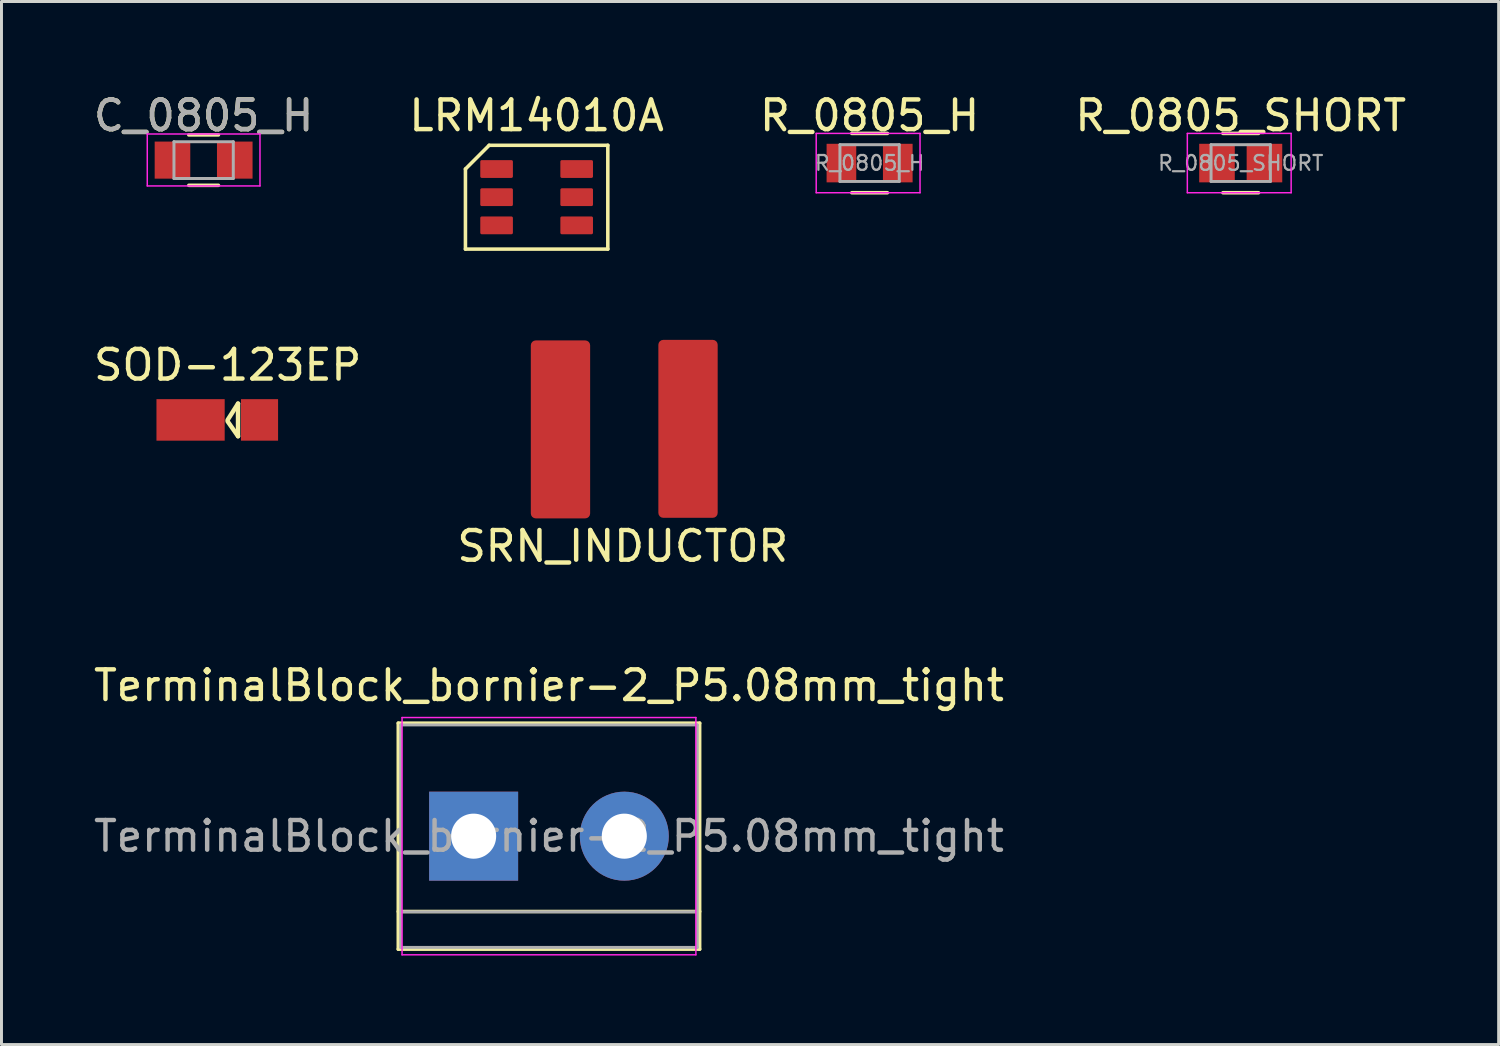
<source format=kicad_pcb>
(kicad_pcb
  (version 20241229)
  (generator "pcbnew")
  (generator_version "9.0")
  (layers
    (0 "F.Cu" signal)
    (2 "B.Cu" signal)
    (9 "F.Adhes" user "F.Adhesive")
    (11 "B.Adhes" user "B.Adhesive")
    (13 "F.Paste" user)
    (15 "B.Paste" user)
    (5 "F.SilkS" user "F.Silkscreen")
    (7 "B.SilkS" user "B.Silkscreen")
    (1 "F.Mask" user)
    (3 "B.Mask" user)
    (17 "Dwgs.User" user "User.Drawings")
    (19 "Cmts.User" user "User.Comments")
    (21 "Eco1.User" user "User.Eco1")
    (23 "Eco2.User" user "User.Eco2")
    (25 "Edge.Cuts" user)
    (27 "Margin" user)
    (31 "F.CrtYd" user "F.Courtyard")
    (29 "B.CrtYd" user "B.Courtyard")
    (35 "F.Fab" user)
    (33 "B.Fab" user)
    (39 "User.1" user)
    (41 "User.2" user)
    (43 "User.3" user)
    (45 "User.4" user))
  (footprint "LRM14010A"
    (layer "F.Cu")
    (at 15.55 3.598)
    (property "Reference" "LRM14010A" (at -0.508 -2.75 0) (layer "F.SilkS") (effects (font (size 1 1) (thickness 0.15))))
    (attr smd)
    (fp_line (start -2.908 -0.95) (end -2.108 -1.75) (stroke (width 0.12) (type solid)) (layer "F.SilkS"))
    (fp_line (start -2.908 1.75) (end -2.908 -0.95) (stroke (width 0.12) (type solid)) (layer "F.SilkS"))
    (fp_line (start -2.108 -1.75) (end 1.892 -1.75) (stroke (width 0.12) (type solid)) (layer "F.SilkS"))
    (fp_line (start 1.892 -1.75) (end 1.892 1.75) (stroke (width 0.12) (type solid)) (layer "F.SilkS"))
    (fp_line (start 1.892 1.75) (end -2.908 1.75) (stroke (width 0.12) (type solid)) (layer "F.SilkS"))
    (pad "1" smd roundrect (at -1.858 -0.95 270) (size 0.6 1.1) (layers "F.Cu" "F.Mask" "F.Paste") (roundrect_rratio 0.083))
    (pad "2" smd roundrect (at -1.858 0 270) (size 0.6 1.1) (layers "F.Cu" "F.Mask" "F.Paste") (roundrect_rratio 0.083))
    (pad "3" smd roundrect (at -1.858 0.95 270) (size 0.6 1.1) (layers "F.Cu" "F.Mask" "F.Paste") (roundrect_rratio 0.083))
    (pad "4" smd roundrect (at 0.842 0.95 270) (size 0.6 1.1) (layers "F.Cu" "F.Mask" "F.Paste") (roundrect_rratio 0.083))
    (pad "5" smd roundrect (at 0.842 0 270) (size 0.6 1.1) (layers "F.Cu" "F.Mask" "F.Paste") (roundrect_rratio 0.083))
    (pad "6" smd roundrect (at 0.842 -0.95 270) (size 0.6 1.1) (layers "F.Cu" "F.Mask" "F.Paste") (roundrect_rratio 0.083)))
  (footprint "R_0805_H"
    (layer "F.Cu")
    (at 26.268 2.448)
    (property "Reference" "R_0805_H" (at 0 -1.6 0) (layer "F.SilkS") (effects (font (size 1 1) (thickness 0.15))))
    (attr smd)
    (fp_line (start -0.6 -1) (end 0.6 -1) (stroke (width 0.12) (type solid)) (layer "F.SilkS"))
    (fp_line (start 0.6 1) (end -0.6 1) (stroke (width 0.12) (type solid)) (layer "F.SilkS"))
    (fp_line (start -1.8 -1) (end -1.8 1) (stroke (width 0.05) (type solid)) (layer "F.CrtYd"))
    (fp_line (start -1.8 -1) (end 1.7 -1) (stroke (width 0.05) (type solid)) (layer "F.CrtYd"))
    (fp_line (start 1.7 1) (end -1.8 1) (stroke (width 0.05) (type solid)) (layer "F.CrtYd"))
    (fp_line (start 1.7 1) (end 1.7 -1) (stroke (width 0.05) (type solid)) (layer "F.CrtYd"))
    (fp_line (start -1 -0.62) (end 1 -0.62) (stroke (width 0.1) (type solid)) (layer "F.Fab"))
    (fp_line (start -1 0.62) (end -1 -0.62) (stroke (width 0.1) (type solid)) (layer "F.Fab"))
    (fp_line (start 1 -0.62) (end 1 0.62) (stroke (width 0.1) (type solid)) (layer "F.Fab"))
    (fp_line (start 1 0.62) (end -1 0.62) (stroke (width 0.1) (type solid)) (layer "F.Fab"))
    (fp_text user "${REFERENCE}" (at 0 0 0) (layer "F.Fab") (effects (font (size 0.5 0.5) (thickness 0.075))))
    (pad "1" smd rect (at -0.95 0) (size 1 1.3) (layers "F.Cu" "F.Mask" "F.Paste"))
    (pad "2" smd rect (at 0.95 0) (size 1 1.3) (layers "F.Cu" "F.Mask" "F.Paste")))
  (footprint "SOD-123EP"
    (layer "F.Cu")
    (at 4.525 11.107)
    (property "Reference" "SOD-123EP" (at 0.1 -1.85 0) (layer "F.SilkS") (effects (font (size 1 1) (thickness 0.15))))
    (attr through_hole)
    (fp_line (start 0.1 0) (end 0.45 -0.55) (stroke (width 0.15) (type solid)) (layer "F.SilkS"))
    (fp_line (start 0.45 -0.55) (end 0.45 0.55) (stroke (width 0.15) (type solid)) (layer "F.SilkS"))
    (fp_line (start 0.45 0.55) (end 0.1 0.05) (stroke (width 0.15) (type solid)) (layer "F.SilkS"))
    (pad "1" smd rect (at -1.15 0) (size 2.3 1.4) (layers "F.Cu" "F.Mask" "F.Paste"))
    (pad "2" smd rect (at 1.175 0) (size 1.25 1.4) (layers "F.Cu" "F.Mask" "F.Paste")))
  (footprint "R_0805_SHORT"
    (layer "F.Cu")
    (at 38.78 2.448)
    (property "Reference" "R_0805_SHORT" (at 0 -1.6 0) (layer "F.SilkS") (effects (font (size 1 1) (thickness 0.15))))
    (attr smd)
    (fp_line (start -0.6 -1) (end 0.6 -1) (stroke (width 0.12) (type solid)) (layer "F.SilkS"))
    (fp_line (start 0.6 1) (end -0.6 1) (stroke (width 0.12) (type solid)) (layer "F.SilkS"))
    (fp_line (start -1.8 -1) (end -1.8 1) (stroke (width 0.05) (type solid)) (layer "F.CrtYd"))
    (fp_line (start -1.8 -1) (end 1.7 -1) (stroke (width 0.05) (type solid)) (layer "F.CrtYd"))
    (fp_line (start 1.7 1) (end -1.8 1) (stroke (width 0.05) (type solid)) (layer "F.CrtYd"))
    (fp_line (start 1.7 1) (end 1.7 -1) (stroke (width 0.05) (type solid)) (layer "F.CrtYd"))
    (fp_line (start -1 -0.62) (end 1 -0.62) (stroke (width 0.1) (type solid)) (layer "F.Fab"))
    (fp_line (start -1 0.62) (end -1 -0.62) (stroke (width 0.1) (type solid)) (layer "F.Fab"))
    (fp_line (start 1 -0.62) (end 1 0.62) (stroke (width 0.1) (type solid)) (layer "F.Fab"))
    (fp_line (start 1 0.62) (end -1 0.62) (stroke (width 0.1) (type solid)) (layer "F.Fab"))
    (fp_text user "${REFERENCE}" (at 0 0 0) (layer "F.Fab") (effects (font (size 0.5 0.5) (thickness 0.075))))
    (pad "1" smd rect (at -0.8 0) (size 1.2 1.3) (layers "F.Cu" "F.Mask" "F.Paste"))
    (pad "2" smd rect (at 0.8 0) (size 1.2 1.3) (layers "F.Cu" "F.Mask" "F.Paste")))
  (footprint "C_0805_H"
    (layer "F.Cu")
    (at 3.815 2.348)
    (property "Reference" "C_0805_H" (at 0 -1.5 0) (layer "F.SilkS") (effects (font (size 1 1) (thickness 0.15))))
    (attr smd)
    (fp_line (start -0.5 0.85) (end 0.5 0.85) (stroke (width 0.12) (type solid)) (layer "F.SilkS"))
    (fp_line (start 0.5 -0.85) (end -0.5 -0.85) (stroke (width 0.12) (type solid)) (layer "F.SilkS"))
    (fp_line (start -1.9 -0.88) (end -1.9 0.87) (stroke (width 0.05) (type solid)) (layer "F.CrtYd"))
    (fp_line (start -1.9 -0.88) (end 1.9 -0.88) (stroke (width 0.05) (type solid)) (layer "F.CrtYd"))
    (fp_line (start 1.9 0.87) (end -1.9 0.87) (stroke (width 0.05) (type solid)) (layer "F.CrtYd"))
    (fp_line (start 1.9 0.87) (end 1.9 -0.88) (stroke (width 0.05) (type solid)) (layer "F.CrtYd"))
    (fp_line (start -1 -0.62) (end 1 -0.62) (stroke (width 0.1) (type solid)) (layer "F.Fab"))
    (fp_line (start -1 0.62) (end -1 -0.62) (stroke (width 0.1) (type solid)) (layer "F.Fab"))
    (fp_line (start 1 -0.62) (end 1 0.62) (stroke (width 0.1) (type solid)) (layer "F.Fab"))
    (fp_line (start 1 0.62) (end -1 0.62) (stroke (width 0.1) (type solid)) (layer "F.Fab"))
    (fp_text user "${REFERENCE}" (at 0 -1.5 0) (layer "F.Fab") (effects (font (size 1 1) (thickness 0.15))))
    (pad "1" smd rect (at -1.05 0) (size 1.2 1.25) (layers "F.Cu" "F.Mask" "F.Paste"))
    (pad "2" smd rect (at 1.05 0) (size 1.2 1.25) (layers "F.Cu" "F.Mask" "F.Paste")))
  (footprint "TerminalBlock_bornier-2_P5.08mm_tight"
    (layer "F.Cu")
    (at 12.918 25.141)
    (property "Reference" "TerminalBlock_bornier-2_P5.08mm_tight" (at 2.54 -5.08 0) (layer "F.SilkS") (effects (font (size 1 1) (thickness 0.15))))
    (attr through_hole)
    (fp_line (start -2.54 -3.81) (end -2.54 3.81) (stroke (width 0.12) (type solid)) (layer "F.SilkS"))
    (fp_line (start -2.54 3.81) (end 7.62 3.81) (stroke (width 0.12) (type solid)) (layer "F.SilkS"))
    (fp_line (start 7.62 -3.81) (end -2.54 -3.81) (stroke (width 0.12) (type solid)) (layer "F.SilkS"))
    (fp_line (start 7.62 2.54) (end -2.54 2.54) (stroke (width 0.12) (type solid)) (layer "F.SilkS"))
    (fp_line (start 7.62 3.81) (end 7.62 -3.81) (stroke (width 0.12) (type solid)) (layer "F.SilkS"))
    (fp_line (start -2.413 -4) (end -2.413 4) (stroke (width 0.05) (type solid)) (layer "F.CrtYd"))
    (fp_line (start -2.413 -4) (end 7.493 -4) (stroke (width 0.05) (type solid)) (layer "F.CrtYd"))
    (fp_line (start 7.493 4) (end -2.413 4) (stroke (width 0.05) (type solid)) (layer "F.CrtYd"))
    (fp_line (start 7.493 4) (end 7.493 -4) (stroke (width 0.05) (type solid)) (layer "F.CrtYd"))
    (fp_line (start -2.46 -3.75) (end -2.46 3.75) (stroke (width 0.1) (type solid)) (layer "F.Fab"))
    (fp_line (start -2.46 3.75) (end 7.54 3.75) (stroke (width 0.1) (type solid)) (layer "F.Fab"))
    (fp_line (start -2.41 2.55) (end 7.49 2.55) (stroke (width 0.1) (type solid)) (layer "F.Fab"))
    (fp_line (start 7.54 -3.75) (end -2.46 -3.75) (stroke (width 0.1) (type solid)) (layer "F.Fab"))
    (fp_line (start 7.54 3.75) (end 7.54 -3.75) (stroke (width 0.1) (type solid)) (layer "F.Fab"))
    (fp_text user "${REFERENCE}" (at 2.54 0 0) (layer "F.Fab") (effects (font (size 1 1) (thickness 0.15))))
    (pad "1" thru_hole rect (at 0 0) (size 3 3) (drill 1.52) (layers "*.Cu" "*.Mask"))
    (pad "2" thru_hole circle (at 5.08 0) (size 3 3) (drill 1.52) (layers "*.Cu" "*.Mask")))
  (footprint "SRN_INDUCTOR"
    (layer "F.Cu")
    (at 17.946 11.808)
    (property "Reference" "SRN_INDUCTOR" (at 0 3.556 0) (layer "F.SilkS") (effects (font (size 1 1) (thickness 0.15))))
    (attr through_hole)
    (pad "1" smd roundrect (at -2.1 -0.381) (size 2 6) (layers "F.Cu" "F.Mask" "F.Paste") (roundrect_rratio 0.083))
    (pad "2" smd roundrect (at 2.2 -0.4) (size 2 6) (layers "F.Cu" "F.Mask" "F.Paste") (roundrect_rratio 0.083)))
  (gr_rect
    (start -3 -3)
    (end 47.476 32.166)
    (stroke (width 0.1) (type default))
    (fill no)
    (layer "Edge.Cuts")))
</source>
